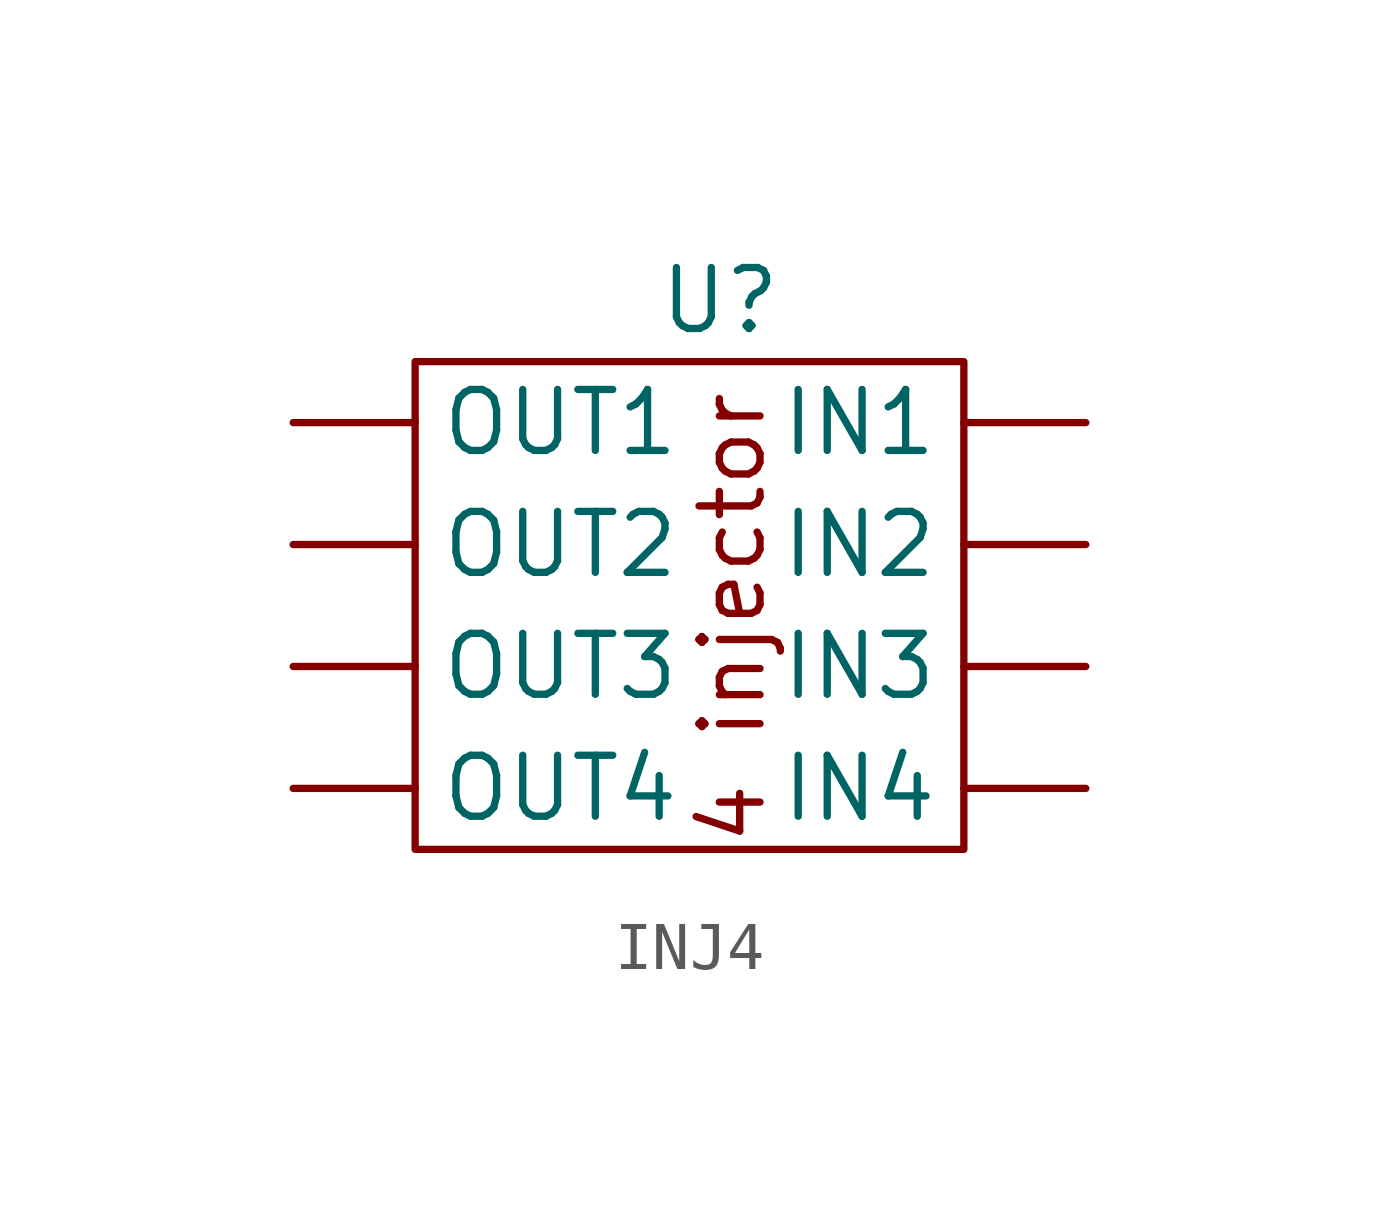
<source format=kicad_sym>
(kicad_symbol_lib
  (version 20231120)
  (generator "kicad_symbol_editor")
  (generator_version "8.0")
  (symbol "INJ4"
    (property "Reference" "U"
      (at 0 0 0)
      (effects (font (size 1.27 1.27))))
    (property "Value" ""
      (at 0 0 0)
      (effects (font (size 1.27 1.27))))
    (symbol "INJ4_0_1"
      (rectangle (start -6.35 -1.27) (end 5.08 -11.43) (stroke (width 0) (type default)) (fill (type none))))
    (symbol "INJ4_1_1"
      (text "4 injector\n" (at 0.254 -6.604 900) (effects (font (size 1.27 1.27))))
      (pin input line (at 7.62 -2.54 180) (length 2.54) (name "IN1" (effects (font (size 1.27 1.27)))) (number "" (effects (font (size 1.27 1.27)))))
      (pin input line (at 7.62 -5.08 180) (length 2.54) (name "IN2" (effects (font (size 1.27 1.27)))) (number "" (effects (font (size 1.27 1.27)))))
      (pin input line (at 7.62 -7.62 180) (length 2.54) (name "IN3" (effects (font (size 1.27 1.27)))) (number "" (effects (font (size 1.27 1.27)))))
      (pin input line (at 7.62 -10.16 180) (length 2.54) (name "IN4" (effects (font (size 1.27 1.27)))) (number "" (effects (font (size 1.27 1.27)))))
      (pin output line (at -8.89 -2.54 0) (length 2.54) (name "OUT1" (effects (font (size 1.27 1.27)))) (number "" (effects (font (size 1.27 1.27)))))
      (pin output line (at -8.89 -5.08 0) (length 2.54) (name "OUT2" (effects (font (size 1.27 1.27)))) (number "" (effects (font (size 1.27 1.27)))))
      (pin output line (at -8.89 -7.62 0) (length 2.54) (name "OUT3" (effects (font (size 1.27 1.27)))) (number "" (effects (font (size 1.27 1.27)))))
      (pin output line (at -8.89 -10.16 0) (length 2.54) (name "OUT4" (effects (font (size 1.27 1.27)))) (number "" (effects (font (size 1.27 1.27))))))))
</source>
